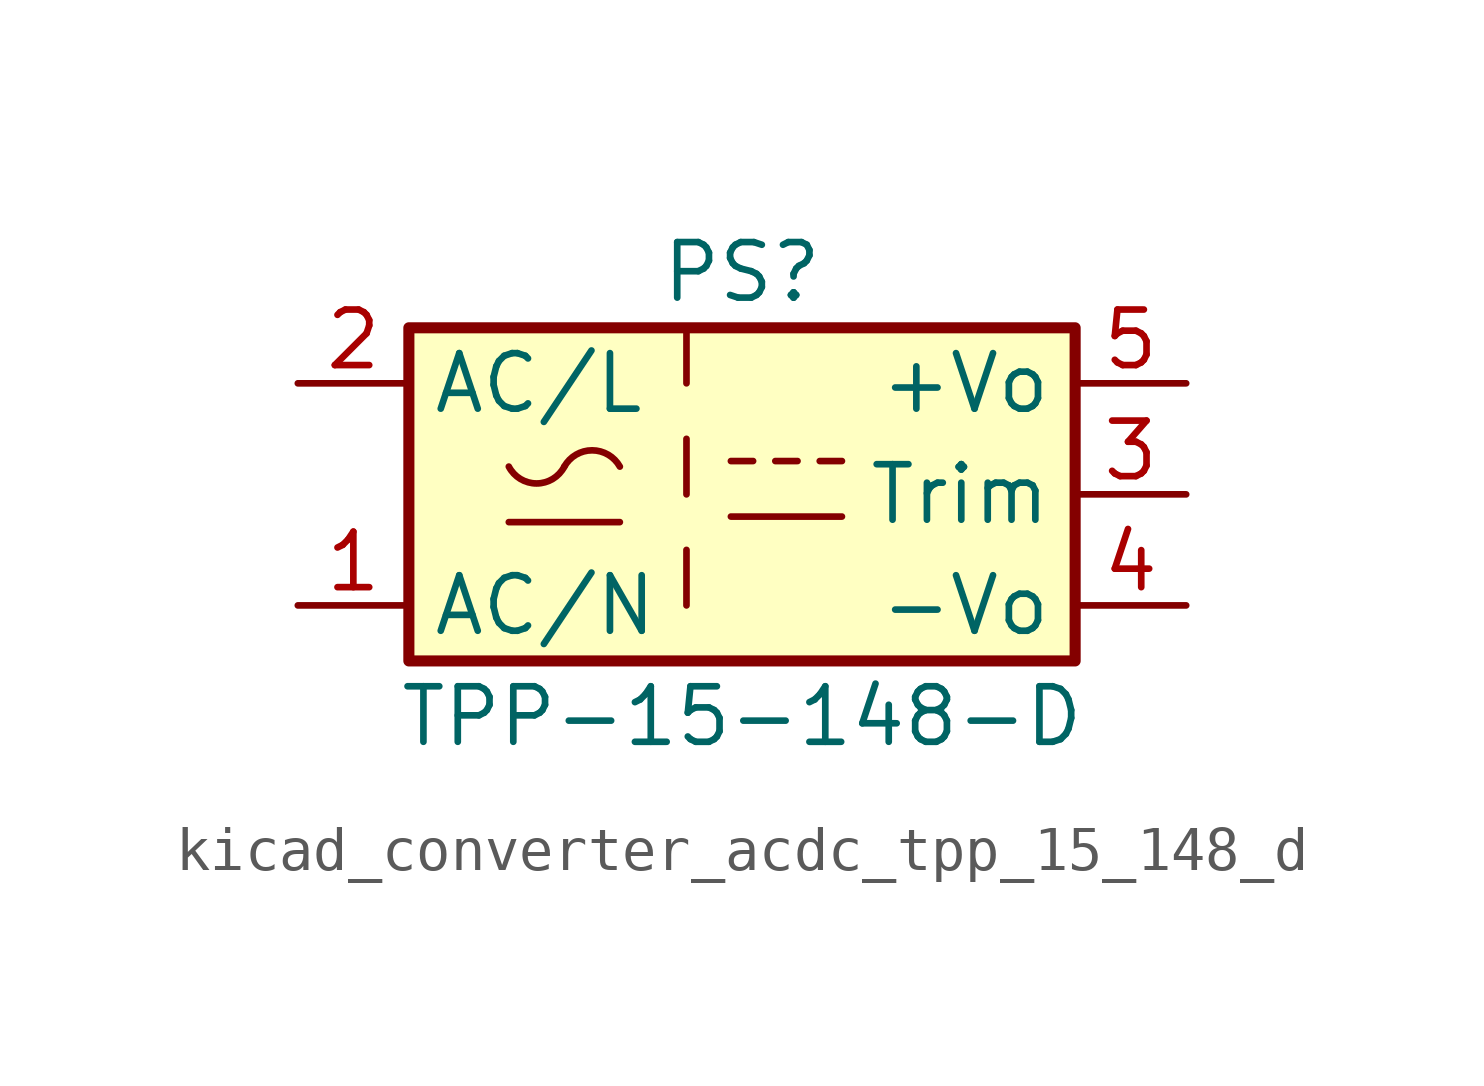
<source format=kicad_sym>
(kicad_symbol_lib
  (version 20220914)
  (generator kicad_symbol_editor)
  (symbol "kicad_converter_acdc_tpp_15_148_d"
    (property "Reference" "PS"
      (at 0 5.08 0)
      (effects (font (size 1.27 1.27))))
    (property "Value" "TPP-15-148-D"
      (at 0 -5.08 0)
      (effects (font (size 1.27 1.27))))
    (symbol "kicad_converter_acdc_tpp_15_148_d_0_1"
      (rectangle (start -7.62 3.81) (end 7.62 -3.81) (stroke (width 0.254) (type default)) (fill (type background)))
      (arc (start -5.334 0.635) (mid -4.699 0.2495) (end -4.064 0.635) (stroke (width 0) (type default)) (fill (type none)))
      (arc (start -2.794 0.635) (mid -3.429 1.0072) (end -4.064 0.635) (stroke (width 0) (type default)) (fill (type none)))
      (polyline (pts (xy -5.334 -0.635) (xy -2.794 -0.635)) (stroke (width 0) (type default)) (fill (type none)))
      (polyline (pts (xy -0.254 -0.508) (xy 2.286 -0.508)) (stroke (width 0) (type default)) (fill (type none)))
      (polyline (pts (xy -0.254 0.762) (xy 0.254 0.762)) (stroke (width 0) (type default)) (fill (type none)))
      (polyline (pts (xy 0.762 0.762) (xy 1.27 0.762)) (stroke (width 0) (type default)) (fill (type none)))
      (polyline (pts (xy 1.778 0.762) (xy 2.286 0.762)) (stroke (width 0) (type default)) (fill (type none))))
    (symbol "kicad_converter_acdc_tpp_15_148_d_1_1"
      (polyline (pts (xy -1.27 -1.27) (xy -1.27 -2.54)) (stroke (width 0) (type default)) (fill (type none)))
      (polyline (pts (xy -1.27 1.27) (xy -1.27 0)) (stroke (width 0) (type default)) (fill (type none)))
      (polyline (pts (xy -1.27 3.81) (xy -1.27 2.54)) (stroke (width 0) (type default)) (fill (type none)))
      (pin power_in line (at -10.16 -2.54 0) (length 2.54) (name "AC/N" (effects (font (size 1.27 1.27)))) (number "1" (effects (font (size 1.27 1.27)))))
      (pin power_in line (at -10.16 2.54 0) (length 2.54) (name "AC/L" (effects (font (size 1.27 1.27)))) (number "2" (effects (font (size 1.27 1.27)))))
      (pin passive line (at 10.16 0 180) (length 2.54) (name "Trim" (effects (font (size 1.27 1.27)))) (number "3" (effects (font (size 1.27 1.27)))))
      (pin power_out line (at 10.16 -2.54 180) (length 2.54) (name "-Vo" (effects (font (size 1.27 1.27)))) (number "4" (effects (font (size 1.27 1.27)))))
      (pin power_out line (at 10.16 2.54 180) (length 2.54) (name "+Vo" (effects (font (size 1.27 1.27)))) (number "5" (effects (font (size 1.27 1.27))))))))
</source>
